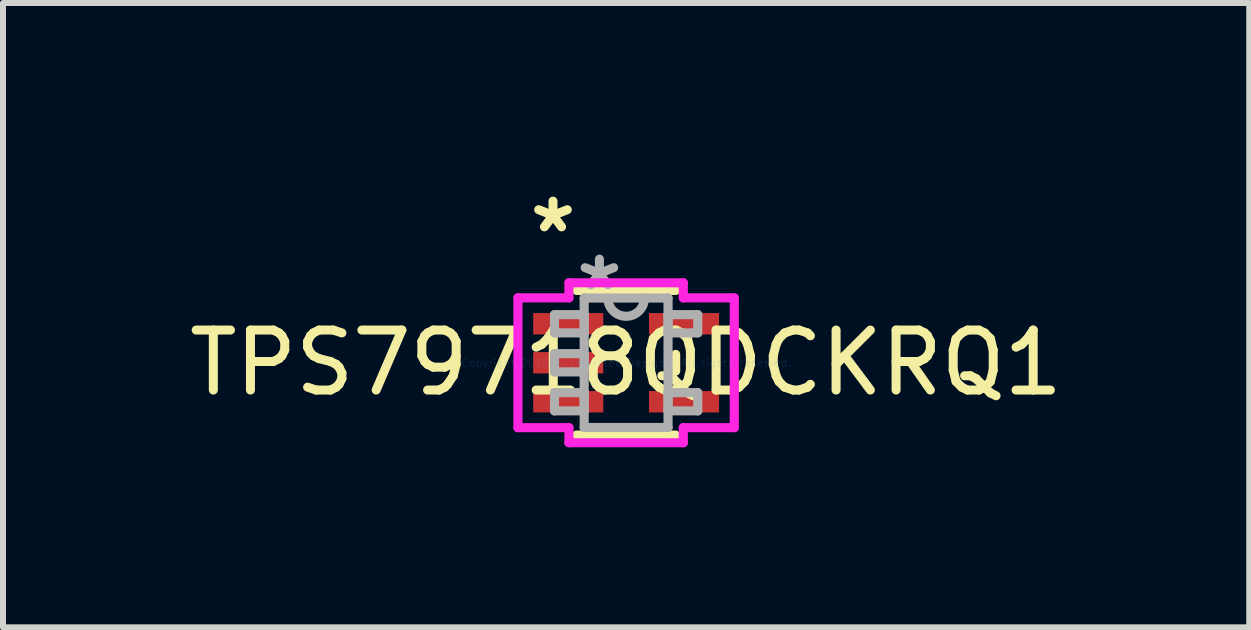
<source format=kicad_pcb>
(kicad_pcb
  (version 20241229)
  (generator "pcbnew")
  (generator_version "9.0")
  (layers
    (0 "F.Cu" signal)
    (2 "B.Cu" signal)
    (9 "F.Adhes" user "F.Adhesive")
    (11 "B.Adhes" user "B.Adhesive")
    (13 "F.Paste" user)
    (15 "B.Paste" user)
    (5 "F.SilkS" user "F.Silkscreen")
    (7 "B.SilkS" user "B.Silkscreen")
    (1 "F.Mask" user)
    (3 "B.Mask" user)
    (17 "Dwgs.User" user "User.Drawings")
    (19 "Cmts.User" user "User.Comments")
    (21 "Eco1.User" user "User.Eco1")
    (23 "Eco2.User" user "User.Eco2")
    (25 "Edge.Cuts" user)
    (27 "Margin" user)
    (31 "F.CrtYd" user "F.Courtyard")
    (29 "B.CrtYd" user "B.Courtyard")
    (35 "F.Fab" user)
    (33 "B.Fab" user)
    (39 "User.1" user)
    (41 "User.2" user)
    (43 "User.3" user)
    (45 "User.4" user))
  (footprint "TPS79718QDCKRQ1"
    (layer "F.Cu")
    (at 7.387 2.997)
    (property "Reference" "TPS79718QDCKRQ1" (at 0 0 0) (layer "F.SilkS") (effects (font (size 1 1) (thickness 0.15))))
    (attr through_hole)
    (fp_line (start -0.826 1.206) (end 0.826 1.206) (stroke (width 0.152) (type solid)) (layer "F.SilkS"))
    (fp_line (start 0.826 -1.206) (end -0.826 -1.206) (stroke (width 0.152) (type solid)) (layer "F.SilkS"))
    (fp_line (start 0.826 0.139) (end 0.826 -0.139) (stroke (width 0.152) (type solid)) (layer "F.SilkS"))
    (fp_line (start -1.803 -1.082) (end -0.953 -1.082) (stroke (width 0.152) (type solid)) (layer "F.CrtYd"))
    (fp_line (start -1.803 1.082) (end -1.803 -1.082) (stroke (width 0.152) (type solid)) (layer "F.CrtYd"))
    (fp_line (start -0.953 -1.333) (end 0.953 -1.333) (stroke (width 0.152) (type solid)) (layer "F.CrtYd"))
    (fp_line (start -0.953 -1.082) (end -0.953 -1.333) (stroke (width 0.152) (type solid)) (layer "F.CrtYd"))
    (fp_line (start -0.953 1.082) (end -1.803 1.082) (stroke (width 0.152) (type solid)) (layer "F.CrtYd"))
    (fp_line (start -0.953 1.333) (end -0.953 1.082) (stroke (width 0.152) (type solid)) (layer "F.CrtYd"))
    (fp_line (start 0.953 -1.333) (end 0.953 -1.082) (stroke (width 0.152) (type solid)) (layer "F.CrtYd"))
    (fp_line (start 0.953 -1.082) (end 1.803 -1.082) (stroke (width 0.152) (type solid)) (layer "F.CrtYd"))
    (fp_line (start 0.953 1.082) (end 0.953 1.333) (stroke (width 0.152) (type solid)) (layer "F.CrtYd"))
    (fp_line (start 0.953 1.333) (end -0.953 1.333) (stroke (width 0.152) (type solid)) (layer "F.CrtYd"))
    (fp_line (start 1.803 -1.082) (end 1.803 1.082) (stroke (width 0.152) (type solid)) (layer "F.CrtYd"))
    (fp_line (start 1.803 1.082) (end 0.953 1.082) (stroke (width 0.152) (type solid)) (layer "F.CrtYd"))
    (fp_line (start -1.194 -0.802) (end -1.194 -0.498) (stroke (width 0.152) (type solid)) (layer "F.Fab"))
    (fp_line (start -1.194 -0.498) (end -0.699 -0.498) (stroke (width 0.152) (type solid)) (layer "F.Fab"))
    (fp_line (start -1.194 -0.152) (end -1.194 0.152) (stroke (width 0.152) (type solid)) (layer "F.Fab"))
    (fp_line (start -1.194 0.152) (end -0.699 0.152) (stroke (width 0.152) (type solid)) (layer "F.Fab"))
    (fp_line (start -1.194 0.498) (end -1.194 0.802) (stroke (width 0.152) (type solid)) (layer "F.Fab"))
    (fp_line (start -1.194 0.802) (end -0.699 0.802) (stroke (width 0.152) (type solid)) (layer "F.Fab"))
    (fp_line (start -0.699 -1.079) (end -0.699 1.079) (stroke (width 0.152) (type solid)) (layer "F.Fab"))
    (fp_line (start -0.699 -0.802) (end -1.194 -0.802) (stroke (width 0.152) (type solid)) (layer "F.Fab"))
    (fp_line (start -0.699 -0.498) (end -0.699 -0.802) (stroke (width 0.152) (type solid)) (layer "F.Fab"))
    (fp_line (start -0.699 -0.152) (end -1.194 -0.152) (stroke (width 0.152) (type solid)) (layer "F.Fab"))
    (fp_line (start -0.699 0.152) (end -0.699 -0.152) (stroke (width 0.152) (type solid)) (layer "F.Fab"))
    (fp_line (start -0.699 0.498) (end -1.194 0.498) (stroke (width 0.152) (type solid)) (layer "F.Fab"))
    (fp_line (start -0.699 0.802) (end -0.699 0.498) (stroke (width 0.152) (type solid)) (layer "F.Fab"))
    (fp_line (start -0.699 1.079) (end 0.699 1.079) (stroke (width 0.152) (type solid)) (layer "F.Fab"))
    (fp_line (start 0.699 -1.079) (end -0.699 -1.079) (stroke (width 0.152) (type solid)) (layer "F.Fab"))
    (fp_line (start 0.699 -0.802) (end 0.699 -0.498) (stroke (width 0.152) (type solid)) (layer "F.Fab"))
    (fp_line (start 0.699 -0.498) (end 1.194 -0.498) (stroke (width 0.152) (type solid)) (layer "F.Fab"))
    (fp_line (start 0.699 0.498) (end 0.699 0.802) (stroke (width 0.152) (type solid)) (layer "F.Fab"))
    (fp_line (start 0.699 0.802) (end 1.194 0.802) (stroke (width 0.152) (type solid)) (layer "F.Fab"))
    (fp_line (start 0.699 1.079) (end 0.699 -1.079) (stroke (width 0.152) (type solid)) (layer "F.Fab"))
    (fp_line (start 1.194 -0.802) (end 0.699 -0.802) (stroke (width 0.152) (type solid)) (layer "F.Fab"))
    (fp_line (start 1.194 -0.498) (end 1.194 -0.802) (stroke (width 0.152) (type solid)) (layer "F.Fab"))
    (fp_line (start 1.194 0.498) (end 0.699 0.498) (stroke (width 0.152) (type solid)) (layer "F.Fab"))
    (fp_line (start 1.194 0.802) (end 1.194 0.498) (stroke (width 0.152) (type solid)) (layer "F.Fab"))
    (fp_arc (start 0.3048 -1.0795) (mid 0 -0.7747) (end -0.3048 -1.0795) (stroke (width 0.1524) (type solid)) (layer "F.Fab"))
    (fp_text user "*" (at -1.219 -2.149 0) (layer "F.SilkS") (effects (font (size 1 1) (thickness 0.15))))
    (fp_text user "Copyright 2016 Accelerated Designs. All rights reserved." (at 0 0 0) (layer "Cmts.User") (effects (font (size 0.127 0.127) (thickness 0.002))))
    (fp_text user "*" (at -0.445 -1.183 0) (layer "F.Fab") (effects (font (size 1 1) (thickness 0.15))))
    (pad "1" smd rect (at -0.965 -0.65) (size 1.168 0.356) (layers "F.Cu" "F.Mask" "F.Paste"))
    (pad "2" smd rect (at -0.965 0) (size 1.168 0.356) (layers "F.Cu" "F.Mask" "F.Paste"))
    (pad "3" smd rect (at -0.965 0.65) (size 1.168 0.356) (layers "F.Cu" "F.Mask" "F.Paste"))
    (pad "4" smd rect (at 0.965 0.65) (size 1.168 0.356) (layers "F.Cu" "F.Mask" "F.Paste"))
    (pad "5" smd rect (at 0.965 -0.65) (size 1.168 0.356) (layers "F.Cu" "F.Mask" "F.Paste")))
  (gr_rect
    (start -3 -3)
    (end 17.774 7.407)
    (stroke (width 0.1) (type default))
    (fill no)
    (layer "Edge.Cuts")))
</source>
